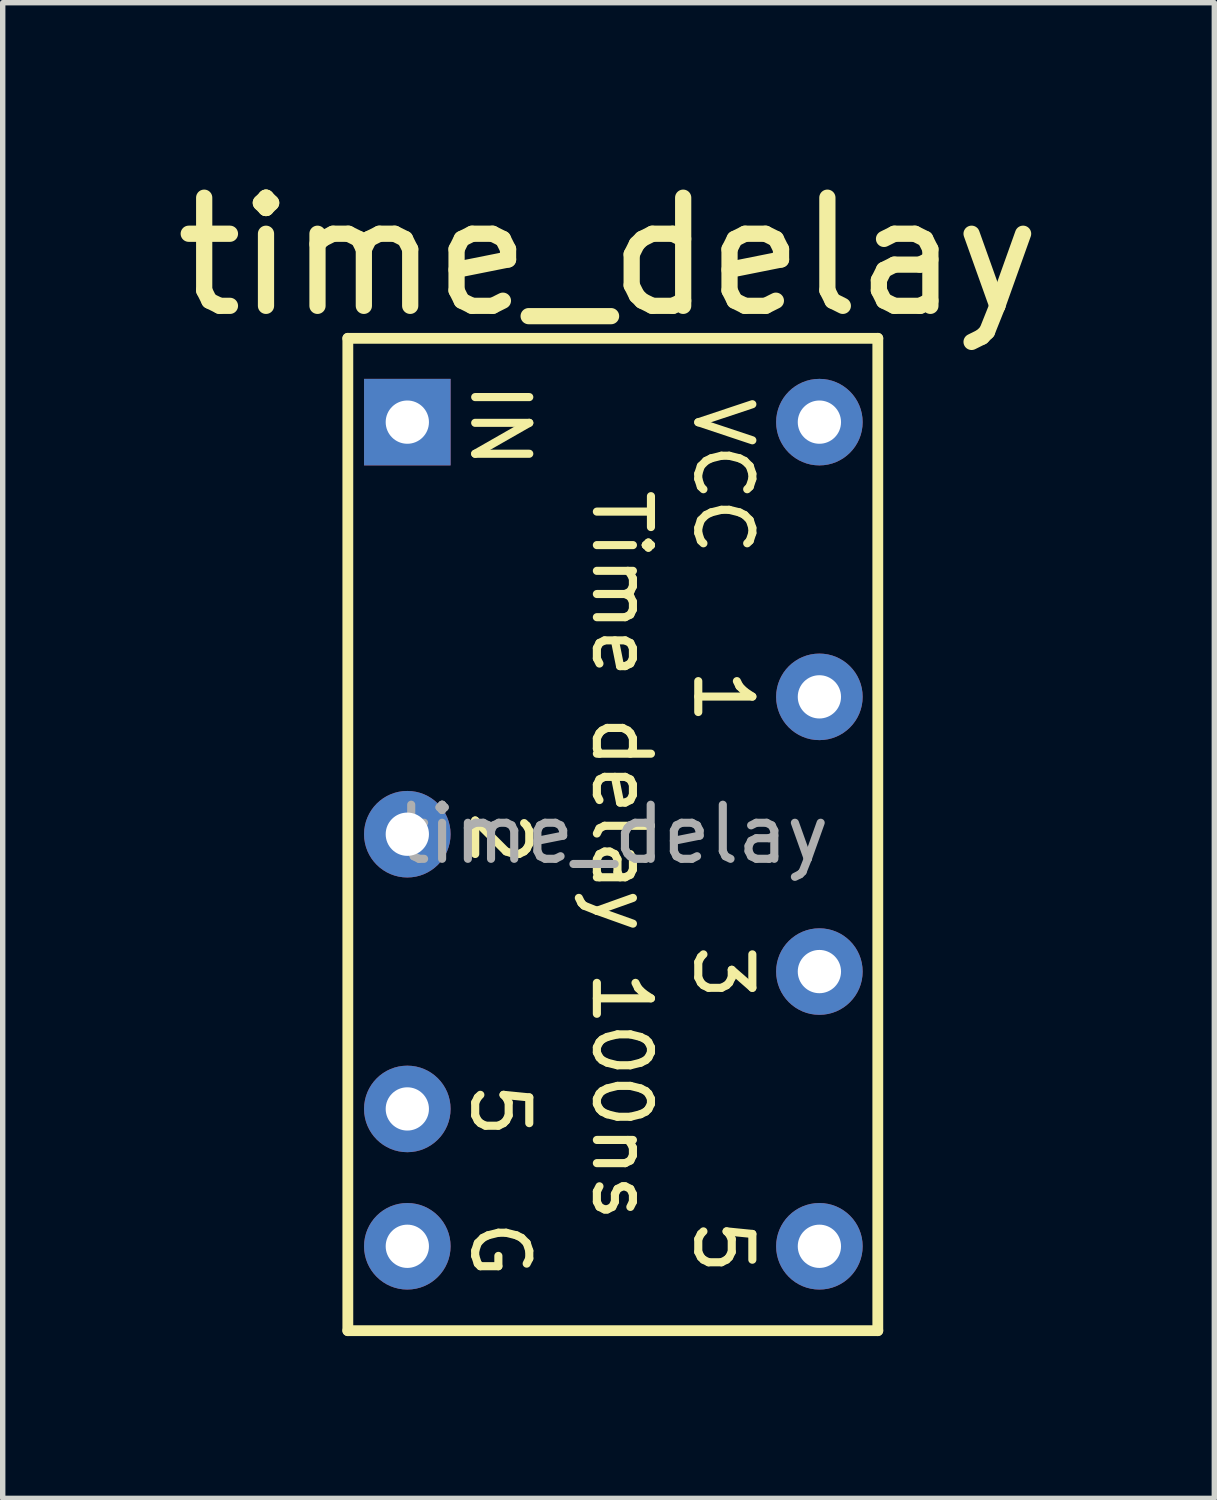
<source format=kicad_pcb>
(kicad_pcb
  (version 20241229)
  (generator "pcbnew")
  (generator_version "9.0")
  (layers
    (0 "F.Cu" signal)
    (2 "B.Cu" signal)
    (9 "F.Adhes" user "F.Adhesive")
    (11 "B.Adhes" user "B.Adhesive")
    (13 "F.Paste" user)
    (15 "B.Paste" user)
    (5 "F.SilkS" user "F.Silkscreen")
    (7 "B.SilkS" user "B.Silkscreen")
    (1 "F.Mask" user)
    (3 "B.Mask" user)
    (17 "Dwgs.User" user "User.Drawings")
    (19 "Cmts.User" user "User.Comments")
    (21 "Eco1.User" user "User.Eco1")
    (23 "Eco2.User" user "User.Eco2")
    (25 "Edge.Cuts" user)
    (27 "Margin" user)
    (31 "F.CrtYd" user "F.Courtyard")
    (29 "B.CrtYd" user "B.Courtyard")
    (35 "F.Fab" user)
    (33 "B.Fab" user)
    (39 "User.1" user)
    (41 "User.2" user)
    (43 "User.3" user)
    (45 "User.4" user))
  (footprint "time_delay"
    (layer "F.Cu")
    (at 4.482 4.756)
    (property "Reference" "time_delay" (at 3.72 -3.06 0) (layer "F.SilkS") (effects (font (size 2 2) (thickness 0.3))))
    (attr through_hole)
    (fp_line (start -1.1 -1.55) (end -1.1 16.8) (stroke (width 0.2) (type solid)) (layer "F.SilkS"))
    (fp_line (start -1.1 16.8) (end 8.7 16.8) (stroke (width 0.2) (type solid)) (layer "F.SilkS"))
    (fp_line (start 8.7 -1.55) (end -1.1 -1.55) (stroke (width 0.2) (type solid)) (layer "F.SilkS"))
    (fp_line (start 8.7 16.8) (end 8.7 -1.55) (stroke (width 0.2) (type solid)) (layer "F.SilkS"))
    (fp_text user "3" (at 5.25 9.6 270) (unlocked yes) (layer "F.SilkS") (effects (font (size 1 1) (thickness 0.15)) (justify left bottom)))
    (fp_text user "VCC" (at 5.25 -0.525 270) (unlocked yes) (layer "F.SilkS") (effects (font (size 1 1) (thickness 0.15)) (justify left bottom)))
    (fp_text user "5" (at 1.125 12.15 270) (unlocked yes) (layer "F.SilkS") (effects (font (size 1 1) (thickness 0.15)) (justify left bottom)))
    (fp_text user "5" (at 5.25 14.675 270) (unlocked yes) (layer "F.SilkS") (effects (font (size 1 1) (thickness 0.15)) (justify left bottom)))
    (fp_text user "1" (at 5.25 4.5 270) (unlocked yes) (layer "F.SilkS") (effects (font (size 1 1) (thickness 0.15)) (justify left bottom)))
    (fp_text user "2" (at 1.125 7.125 270) (unlocked yes) (layer "F.SilkS") (effects (font (size 1 1) (thickness 0.15)) (justify left bottom)))
    (fp_text user "Time delay 100ns" (at 3.375 1.175 270) (unlocked yes) (layer "F.SilkS") (effects (font (size 1 1) (thickness 0.15)) (justify left bottom)))
    (fp_text user "G" (at 1.125 14.7 270) (unlocked yes) (layer "F.SilkS") (effects (font (size 1 1) (thickness 0.15)) (justify left bottom)))
    (fp_text user "IN" (at 1.125 -0.8 270) (unlocked yes) (layer "F.SilkS") (effects (font (size 1 1) (thickness 0.15)) (justify left bottom)))
    (fp_text user "${REFERENCE}" (at 3.81 7.62 0) (layer "F.Fab") (effects (font (size 1 1) (thickness 0.15))))
    (pad "1" thru_hole rect (at 0 0) (size 1.6 1.6) (drill 0.8) (layers "*.Cu" "*.Mask"))
    (pad "4" thru_hole oval (at 0 7.62) (size 1.6 1.6) (drill 0.8) (layers "*.Cu" "*.Mask"))
    (pad "6" thru_hole oval (at 0 12.7) (size 1.6 1.6) (drill 0.8) (layers "*.Cu" "*.Mask"))
    (pad "7" thru_hole oval (at 0 15.24) (size 1.6 1.6) (drill 0.8) (layers "*.Cu" "*.Mask"))
    (pad "8" thru_hole oval (at 7.62 15.24) (size 1.6 1.6) (drill 0.8) (layers "*.Cu" "*.Mask"))
    (pad "10" thru_hole oval (at 7.62 10.16) (size 1.6 1.6) (drill 0.8) (layers "*.Cu" "*.Mask"))
    (pad "12" thru_hole oval (at 7.62 5.08) (size 1.6 1.6) (drill 0.8) (layers "*.Cu" "*.Mask"))
    (pad "14" thru_hole oval (at 7.62 0) (size 1.6 1.6) (drill 0.8) (layers "*.Cu" "*.Mask")))
  (gr_rect
    (start -3 -3)
    (end 19.405 24.657)
    (stroke (width 0.1) (type default))
    (fill no)
    (layer "Edge.Cuts")))
</source>
